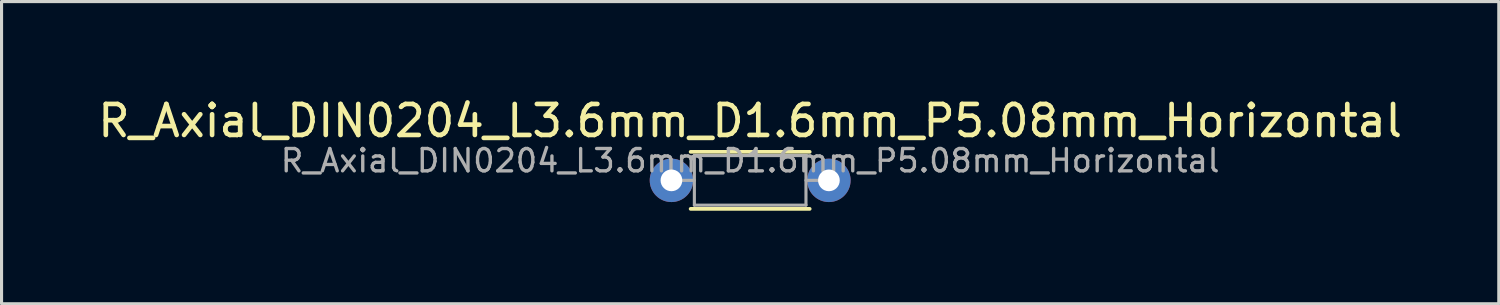
<source format=kicad_pcb>
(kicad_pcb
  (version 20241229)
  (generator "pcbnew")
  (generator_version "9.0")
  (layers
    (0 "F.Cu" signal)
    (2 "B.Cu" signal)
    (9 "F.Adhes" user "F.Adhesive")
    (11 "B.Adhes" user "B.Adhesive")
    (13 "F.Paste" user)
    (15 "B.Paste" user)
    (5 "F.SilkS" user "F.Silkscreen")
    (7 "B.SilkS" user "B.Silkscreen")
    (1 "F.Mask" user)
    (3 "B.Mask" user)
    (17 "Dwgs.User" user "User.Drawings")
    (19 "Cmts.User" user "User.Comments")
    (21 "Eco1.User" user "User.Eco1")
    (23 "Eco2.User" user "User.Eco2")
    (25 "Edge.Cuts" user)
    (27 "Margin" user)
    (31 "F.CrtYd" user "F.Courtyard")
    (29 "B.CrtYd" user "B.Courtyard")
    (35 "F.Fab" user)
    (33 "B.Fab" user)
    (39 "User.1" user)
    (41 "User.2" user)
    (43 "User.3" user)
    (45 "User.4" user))
  (footprint "R_Axial_DIN0204_L3.6mm_D1.6mm_P5.08mm_Horizontal"
    (layer "F.Cu")
    (at 18.609 2.768)
    (property "Reference" "R_Axial_DIN0204_L3.6mm_D1.6mm_P5.08mm_Horizontal" (at 2.54 -1.92 0) (layer "F.SilkS") (effects (font (size 1 1) (thickness 0.15))))
    (attr through_hole)
    (fp_line (start 0.62 -0.92) (end 4.46 -0.92) (stroke (width 0.12) (type solid)) (layer "F.SilkS"))
    (fp_line (start 0.62 0.92) (end 4.46 0.92) (stroke (width 0.12) (type solid)) (layer "F.SilkS"))
    (fp_line (start 0 0) (end 0.74 0) (stroke (width 0.1) (type solid)) (layer "F.Fab"))
    (fp_line (start 0.74 -0.8) (end 0.74 0.8) (stroke (width 0.1) (type solid)) (layer "F.Fab"))
    (fp_line (start 0.74 0.8) (end 4.34 0.8) (stroke (width 0.1) (type solid)) (layer "F.Fab"))
    (fp_line (start 4.34 -0.8) (end 0.74 -0.8) (stroke (width 0.1) (type solid)) (layer "F.Fab"))
    (fp_line (start 4.34 0.8) (end 4.34 -0.8) (stroke (width 0.1) (type solid)) (layer "F.Fab"))
    (fp_line (start 5.08 0) (end 4.34 0) (stroke (width 0.1) (type solid)) (layer "F.Fab"))
    (fp_text user "${REFERENCE}" (at 2.54 -0.635 0) (layer "F.Fab") (effects (font (size 0.72 0.72) (thickness 0.108))))
    (pad "1" thru_hole circle (at 0 0) (size 1.4 1.4) (drill 0.7) (layers "*.Cu" "*.Mask"))
    (pad "2" thru_hole oval (at 5.08 0) (size 1.4 1.4) (drill 0.7) (layers "*.Cu" "*.Mask")))
  (gr_rect
    (start -3 -3)
    (end 45.298 6.748)
    (stroke (width 0.1) (type default))
    (fill no)
    (layer "Edge.Cuts")))
</source>
